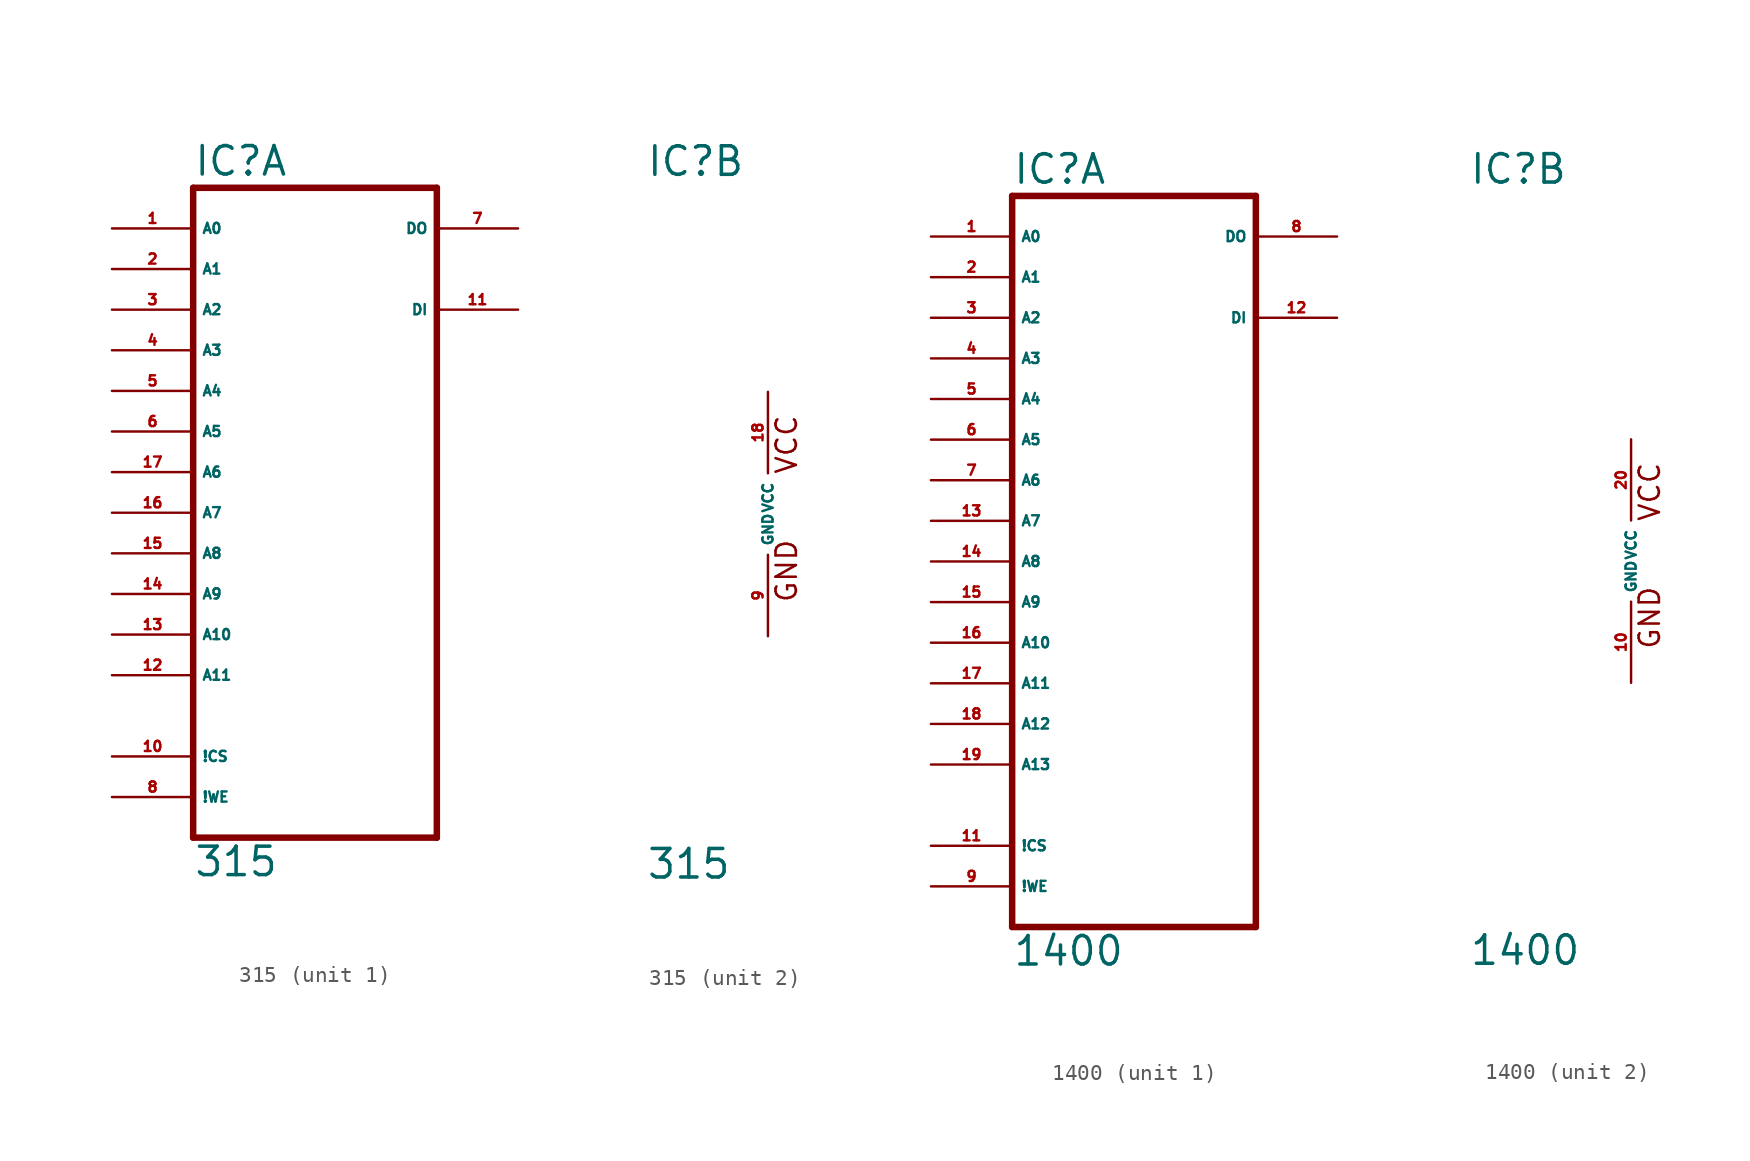
<source format=kicad_sym>
(kicad_symbol_lib
  (version 20220914)
  (generator Eagle2Kicad)
  (symbol "315"
    (property "Reference" "IC"
      (at -7.62 20.955 0)
      (effects (font (size 1.778 1.778) (thickness 0.22)) (justify left bottom)))
    (property "Value" "315"
      (at -7.62 -22.86 0)
      (effects (font (size 1.778 1.778) (thickness 0.22)) (justify left bottom)))
    (symbol "315_1_0"
      (polyline (pts (xy -7.62 -20.32) (xy 7.62 -20.32)) (stroke (width 0.406) (type default)) (fill (type none)))
      (polyline (pts (xy 7.62 -20.32) (xy 7.62 20.32)) (stroke (width 0.406) (type default)) (fill (type none)))
      (polyline (pts (xy 7.62 20.32) (xy -7.62 20.32)) (stroke (width 0.406) (type default)) (fill (type none)))
      (polyline (pts (xy -7.62 20.32) (xy -7.62 -20.32)) (stroke (width 0.406) (type default)) (fill (type none)))
      (pin input line (at -12.7 17.78 0) (length 5.08) (name "A0" (effects (font (size 0.635 0.635) (thickness 0.08)) (justify left bottom))) (number "1" (effects (font (size 0.635 0.635) (thickness 0.08)) (justify left bottom))))
      (pin input line (at -12.7 15.24 0) (length 5.08) (name "A1" (effects (font (size 0.635 0.635) (thickness 0.08)) (justify left bottom))) (number "2" (effects (font (size 0.635 0.635) (thickness 0.08)) (justify left bottom))))
      (pin input line (at -12.7 12.7 0) (length 5.08) (name "A2" (effects (font (size 0.635 0.635) (thickness 0.08)) (justify left bottom))) (number "3" (effects (font (size 0.635 0.635) (thickness 0.08)) (justify left bottom))))
      (pin input line (at -12.7 10.16 0) (length 5.08) (name "A3" (effects (font (size 0.635 0.635) (thickness 0.08)) (justify left bottom))) (number "4" (effects (font (size 0.635 0.635) (thickness 0.08)) (justify left bottom))))
      (pin input line (at -12.7 7.62 0) (length 5.08) (name "A4" (effects (font (size 0.635 0.635) (thickness 0.08)) (justify left bottom))) (number "5" (effects (font (size 0.635 0.635) (thickness 0.08)) (justify left bottom))))
      (pin input line (at -12.7 5.08 0) (length 5.08) (name "A5" (effects (font (size 0.635 0.635) (thickness 0.08)) (justify left bottom))) (number "6" (effects (font (size 0.635 0.635) (thickness 0.08)) (justify left bottom))))
      (pin tri_state line (at 12.7 17.78 180) (length 5.08) (name "DO" (effects (font (size 0.635 0.635) (thickness 0.08)) (justify left bottom))) (number "7" (effects (font (size 0.635 0.635) (thickness 0.08)) (justify left bottom))))
      (pin input line (at -12.7 -17.78 0) (length 5.08) (name "!WE" (effects (font (size 0.635 0.635) (thickness 0.08)) (justify left bottom))) (number "8" (effects (font (size 0.635 0.635) (thickness 0.08)) (justify left bottom))))
      (pin input line (at -12.7 -15.24 0) (length 5.08) (name "!CS" (effects (font (size 0.635 0.635) (thickness 0.08)) (justify left bottom))) (number "10" (effects (font (size 0.635 0.635) (thickness 0.08)) (justify left bottom))))
      (pin input line (at 12.7 12.7 180) (length 5.08) (name "DI" (effects (font (size 0.635 0.635) (thickness 0.08)) (justify left bottom))) (number "11" (effects (font (size 0.635 0.635) (thickness 0.08)) (justify left bottom))))
      (pin input line (at -12.7 -10.16 0) (length 5.08) (name "A11" (effects (font (size 0.635 0.635) (thickness 0.08)) (justify left bottom))) (number "12" (effects (font (size 0.635 0.635) (thickness 0.08)) (justify left bottom))))
      (pin input line (at -12.7 -7.62 0) (length 5.08) (name "A10" (effects (font (size 0.635 0.635) (thickness 0.08)) (justify left bottom))) (number "13" (effects (font (size 0.635 0.635) (thickness 0.08)) (justify left bottom))))
      (pin input line (at -12.7 -5.08 0) (length 5.08) (name "A9" (effects (font (size 0.635 0.635) (thickness 0.08)) (justify left bottom))) (number "14" (effects (font (size 0.635 0.635) (thickness 0.08)) (justify left bottom))))
      (pin input line (at -12.7 -2.54 0) (length 5.08) (name "A8" (effects (font (size 0.635 0.635) (thickness 0.08)) (justify left bottom))) (number "15" (effects (font (size 0.635 0.635) (thickness 0.08)) (justify left bottom))))
      (pin input line (at -12.7 0 0) (length 5.08) (name "A7" (effects (font (size 0.635 0.635) (thickness 0.08)) (justify left bottom))) (number "16" (effects (font (size 0.635 0.635) (thickness 0.08)) (justify left bottom))))
      (pin input line (at -12.7 2.54 0) (length 5.08) (name "A6" (effects (font (size 0.635 0.635) (thickness 0.08)) (justify left bottom))) (number "17" (effects (font (size 0.635 0.635) (thickness 0.08)) (justify left bottom)))))
    (symbol "315_2_0"
      (text "GND" (at 1.905 -5.588 900) (effects (font (size 1.27 1.27) (thickness 0.16)) (justify left bottom)))
      (text "VCC" (at 1.905 2.413 900) (effects (font (size 1.27 1.27) (thickness 0.16)) (justify left bottom)))
      (pin unspecified line (at 0 -7.62 90) (length 5.08) (name "GND" (effects (font (size 0.635 0.635) (thickness 0.08)) (justify left bottom))) (number "9" (effects (font (size 0.635 0.635) (thickness 0.08)) (justify left bottom))))
      (pin unspecified line (at 0 7.62 270) (length 5.08) (name "VCC" (effects (font (size 0.635 0.635) (thickness 0.08)) (justify left bottom))) (number "18" (effects (font (size 0.635 0.635) (thickness 0.08)) (justify left bottom))))))
  (symbol "1400"
    (property "Reference" "IC"
      (at -10.16 23.495 0)
      (effects (font (size 1.778 1.778) (thickness 0.22)) (justify left bottom)))
    (property "Value" "1400"
      (at -10.16 -25.4 0)
      (effects (font (size 1.778 1.778) (thickness 0.22)) (justify left bottom)))
    (symbol "1400_1_0"
      (polyline (pts (xy -10.16 -22.86) (xy 5.08 -22.86)) (stroke (width 0.406) (type default)) (fill (type none)))
      (polyline (pts (xy 5.08 -22.86) (xy 5.08 22.86)) (stroke (width 0.406) (type default)) (fill (type none)))
      (polyline (pts (xy 5.08 22.86) (xy -10.16 22.86)) (stroke (width 0.406) (type default)) (fill (type none)))
      (polyline (pts (xy -10.16 22.86) (xy -10.16 -22.86)) (stroke (width 0.406) (type default)) (fill (type none)))
      (pin input line (at -15.24 20.32 0) (length 5.08) (name "A0" (effects (font (size 0.635 0.635) (thickness 0.08)) (justify left bottom))) (number "1" (effects (font (size 0.635 0.635) (thickness 0.08)) (justify left bottom))))
      (pin input line (at -15.24 17.78 0) (length 5.08) (name "A1" (effects (font (size 0.635 0.635) (thickness 0.08)) (justify left bottom))) (number "2" (effects (font (size 0.635 0.635) (thickness 0.08)) (justify left bottom))))
      (pin input line (at -15.24 15.24 0) (length 5.08) (name "A2" (effects (font (size 0.635 0.635) (thickness 0.08)) (justify left bottom))) (number "3" (effects (font (size 0.635 0.635) (thickness 0.08)) (justify left bottom))))
      (pin input line (at -15.24 12.7 0) (length 5.08) (name "A3" (effects (font (size 0.635 0.635) (thickness 0.08)) (justify left bottom))) (number "4" (effects (font (size 0.635 0.635) (thickness 0.08)) (justify left bottom))))
      (pin input line (at -15.24 10.16 0) (length 5.08) (name "A4" (effects (font (size 0.635 0.635) (thickness 0.08)) (justify left bottom))) (number "5" (effects (font (size 0.635 0.635) (thickness 0.08)) (justify left bottom))))
      (pin input line (at -15.24 7.62 0) (length 5.08) (name "A5" (effects (font (size 0.635 0.635) (thickness 0.08)) (justify left bottom))) (number "6" (effects (font (size 0.635 0.635) (thickness 0.08)) (justify left bottom))))
      (pin input line (at -15.24 5.08 0) (length 5.08) (name "A6" (effects (font (size 0.635 0.635) (thickness 0.08)) (justify left bottom))) (number "7" (effects (font (size 0.635 0.635) (thickness 0.08)) (justify left bottom))))
      (pin tri_state line (at 10.16 20.32 180) (length 5.08) (name "DO" (effects (font (size 0.635 0.635) (thickness 0.08)) (justify left bottom))) (number "8" (effects (font (size 0.635 0.635) (thickness 0.08)) (justify left bottom))))
      (pin input line (at -15.24 -20.32 0) (length 5.08) (name "!WE" (effects (font (size 0.635 0.635) (thickness 0.08)) (justify left bottom))) (number "9" (effects (font (size 0.635 0.635) (thickness 0.08)) (justify left bottom))))
      (pin input line (at -15.24 -17.78 0) (length 5.08) (name "!CS" (effects (font (size 0.635 0.635) (thickness 0.08)) (justify left bottom))) (number "11" (effects (font (size 0.635 0.635) (thickness 0.08)) (justify left bottom))))
      (pin input line (at 10.16 15.24 180) (length 5.08) (name "DI" (effects (font (size 0.635 0.635) (thickness 0.08)) (justify left bottom))) (number "12" (effects (font (size 0.635 0.635) (thickness 0.08)) (justify left bottom))))
      (pin input line (at -15.24 2.54 0) (length 5.08) (name "A7" (effects (font (size 0.635 0.635) (thickness 0.08)) (justify left bottom))) (number "13" (effects (font (size 0.635 0.635) (thickness 0.08)) (justify left bottom))))
      (pin input line (at -15.24 0 0) (length 5.08) (name "A8" (effects (font (size 0.635 0.635) (thickness 0.08)) (justify left bottom))) (number "14" (effects (font (size 0.635 0.635) (thickness 0.08)) (justify left bottom))))
      (pin input line (at -15.24 -2.54 0) (length 5.08) (name "A9" (effects (font (size 0.635 0.635) (thickness 0.08)) (justify left bottom))) (number "15" (effects (font (size 0.635 0.635) (thickness 0.08)) (justify left bottom))))
      (pin input line (at -15.24 -5.08 0) (length 5.08) (name "A10" (effects (font (size 0.635 0.635) (thickness 0.08)) (justify left bottom))) (number "16" (effects (font (size 0.635 0.635) (thickness 0.08)) (justify left bottom))))
      (pin input line (at -15.24 -7.62 0) (length 5.08) (name "A11" (effects (font (size 0.635 0.635) (thickness 0.08)) (justify left bottom))) (number "17" (effects (font (size 0.635 0.635) (thickness 0.08)) (justify left bottom))))
      (pin input line (at -15.24 -10.16 0) (length 5.08) (name "A12" (effects (font (size 0.635 0.635) (thickness 0.08)) (justify left bottom))) (number "18" (effects (font (size 0.635 0.635) (thickness 0.08)) (justify left bottom))))
      (pin input line (at -15.24 -12.7 0) (length 5.08) (name "A13" (effects (font (size 0.635 0.635) (thickness 0.08)) (justify left bottom))) (number "19" (effects (font (size 0.635 0.635) (thickness 0.08)) (justify left bottom)))))
    (symbol "1400_2_0"
      (text "GND" (at 1.905 -5.588 900) (effects (font (size 1.27 1.27) (thickness 0.16)) (justify left bottom)))
      (text "VCC" (at 1.905 2.413 900) (effects (font (size 1.27 1.27) (thickness 0.16)) (justify left bottom)))
      (pin unspecified line (at 0 -7.62 90) (length 5.08) (name "GND" (effects (font (size 0.635 0.635) (thickness 0.08)) (justify left bottom))) (number "10" (effects (font (size 0.635 0.635) (thickness 0.08)) (justify left bottom))))
      (pin unspecified line (at 0 7.62 270) (length 5.08) (name "VCC" (effects (font (size 0.635 0.635) (thickness 0.08)) (justify left bottom))) (number "20" (effects (font (size 0.635 0.635) (thickness 0.08)) (justify left bottom)))))))
</source>
